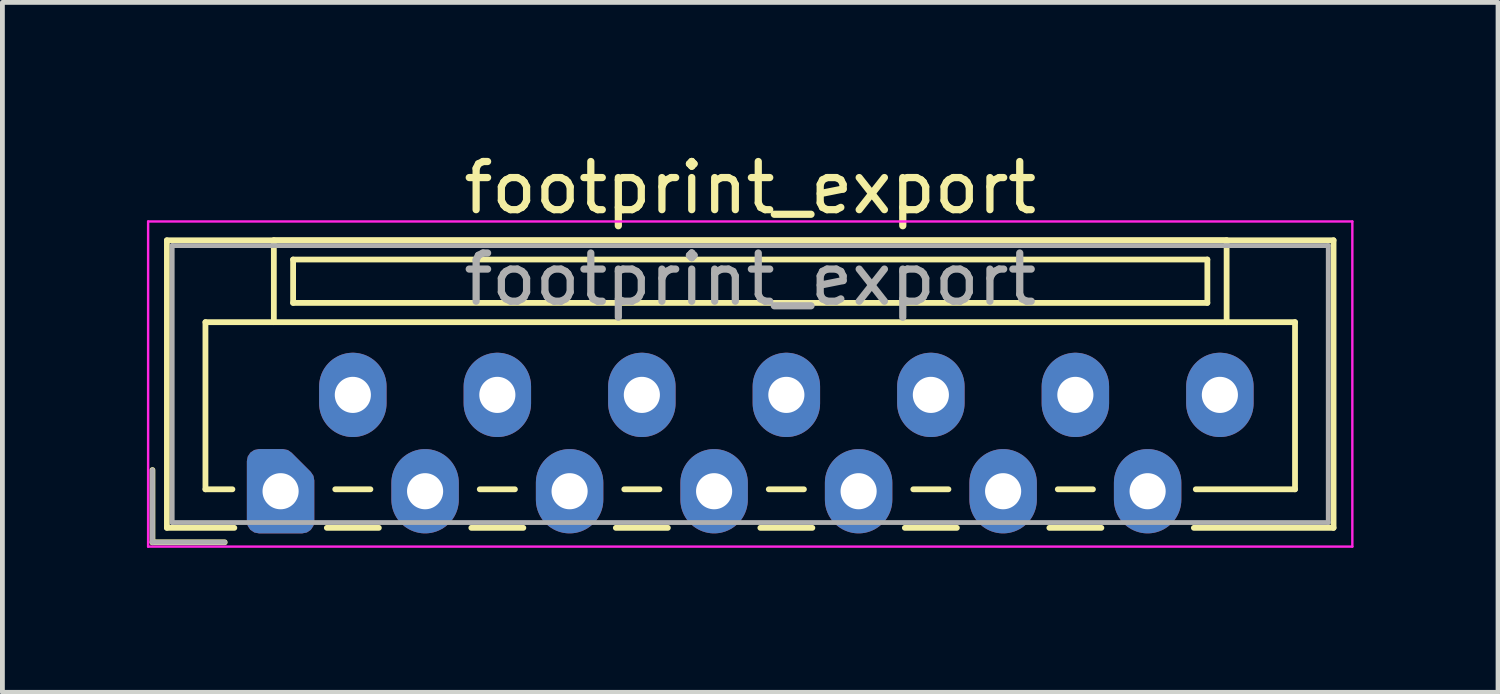
<source format=kicad_pcb>
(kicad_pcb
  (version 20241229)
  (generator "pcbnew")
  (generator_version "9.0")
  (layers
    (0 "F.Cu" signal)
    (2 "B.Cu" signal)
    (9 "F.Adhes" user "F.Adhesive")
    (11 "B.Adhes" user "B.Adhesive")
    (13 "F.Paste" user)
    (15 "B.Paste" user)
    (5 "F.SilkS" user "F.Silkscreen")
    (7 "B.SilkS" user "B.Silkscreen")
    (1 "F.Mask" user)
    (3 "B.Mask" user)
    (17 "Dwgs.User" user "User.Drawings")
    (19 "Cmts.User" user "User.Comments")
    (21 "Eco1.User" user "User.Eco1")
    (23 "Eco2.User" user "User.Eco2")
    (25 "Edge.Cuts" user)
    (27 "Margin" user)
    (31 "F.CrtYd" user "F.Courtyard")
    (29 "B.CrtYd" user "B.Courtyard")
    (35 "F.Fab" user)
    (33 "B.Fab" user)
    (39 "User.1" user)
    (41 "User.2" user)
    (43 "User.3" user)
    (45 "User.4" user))
  (footprint "footprint_export"
    (layer "F.Cu")
    (at 2.775 7.148)
    (property "Reference" "footprint_export" (at 9.75 -6.3 0) (layer "F.SilkS") (effects (font (size 1 1) (thickness 0.15))))
    (attr through_hole)
    (fp_line (start -2.66 -0.44) (end -2.66 1.06) (stroke (width 0.12) (type solid)) (layer "F.SilkS"))
    (fp_line (start -2.66 1.06) (end -1.16 1.06) (stroke (width 0.12) (type solid)) (layer "F.SilkS"))
    (fp_line (start -2.36 -5.21) (end 21.86 -5.21) (stroke (width 0.12) (type solid)) (layer "F.SilkS"))
    (fp_line (start -2.36 0.76) (end -2.36 -5.21) (stroke (width 0.12) (type solid)) (layer "F.SilkS"))
    (fp_line (start -1.56 -3.51) (end -1.56 -0.04) (stroke (width 0.12) (type solid)) (layer "F.SilkS"))
    (fp_line (start -1.56 -0.04) (end -1 -0.04) (stroke (width 0.12) (type solid)) (layer "F.SilkS"))
    (fp_line (start -0.96 0.76) (end -2.36 0.76) (stroke (width 0.12) (type solid)) (layer "F.SilkS"))
    (fp_line (start -0.14 -5.21) (end -0.14 -3.51) (stroke (width 0.12) (type solid)) (layer "F.SilkS"))
    (fp_line (start -0.14 -3.51) (end -1.56 -3.51) (stroke (width 0.12) (type solid)) (layer "F.SilkS"))
    (fp_line (start -0.14 -3.51) (end 19.64 -3.51) (stroke (width 0.12) (type solid)) (layer "F.SilkS"))
    (fp_line (start 0.26 -4.81) (end 0.26 -3.91) (stroke (width 0.12) (type solid)) (layer "F.SilkS"))
    (fp_line (start 0.26 -3.91) (end 19.24 -3.91) (stroke (width 0.12) (type solid)) (layer "F.SilkS"))
    (fp_line (start 0.96 0.76) (end 2.04 0.76) (stroke (width 0.12) (type solid)) (layer "F.SilkS"))
    (fp_line (start 1.135 -0.04) (end 1.865 -0.04) (stroke (width 0.12) (type solid)) (layer "F.SilkS"))
    (fp_line (start 3.96 0.76) (end 5.04 0.76) (stroke (width 0.12) (type solid)) (layer "F.SilkS"))
    (fp_line (start 4.135 -0.04) (end 4.865 -0.04) (stroke (width 0.12) (type solid)) (layer "F.SilkS"))
    (fp_line (start 6.96 0.76) (end 8.04 0.76) (stroke (width 0.12) (type solid)) (layer "F.SilkS"))
    (fp_line (start 7.135 -0.04) (end 7.865 -0.04) (stroke (width 0.12) (type solid)) (layer "F.SilkS"))
    (fp_line (start 9.96 0.76) (end 11.04 0.76) (stroke (width 0.12) (type solid)) (layer "F.SilkS"))
    (fp_line (start 10.135 -0.04) (end 10.865 -0.04) (stroke (width 0.12) (type solid)) (layer "F.SilkS"))
    (fp_line (start 12.96 0.76) (end 14.04 0.76) (stroke (width 0.12) (type solid)) (layer "F.SilkS"))
    (fp_line (start 13.135 -0.04) (end 13.865 -0.04) (stroke (width 0.12) (type solid)) (layer "F.SilkS"))
    (fp_line (start 15.96 0.76) (end 17.04 0.76) (stroke (width 0.12) (type solid)) (layer "F.SilkS"))
    (fp_line (start 16.135 -0.04) (end 16.865 -0.04) (stroke (width 0.12) (type solid)) (layer "F.SilkS"))
    (fp_line (start 19.24 -4.81) (end 0.26 -4.81) (stroke (width 0.12) (type solid)) (layer "F.SilkS"))
    (fp_line (start 19.24 -3.91) (end 19.24 -4.81) (stroke (width 0.12) (type solid)) (layer "F.SilkS"))
    (fp_line (start 19.64 -5.21) (end -0.14 -5.21) (stroke (width 0.12) (type solid)) (layer "F.SilkS"))
    (fp_line (start 19.64 -3.51) (end 19.64 -5.21) (stroke (width 0.12) (type solid)) (layer "F.SilkS"))
    (fp_line (start 19.64 -3.51) (end 21.06 -3.51) (stroke (width 0.12) (type solid)) (layer "F.SilkS"))
    (fp_line (start 21.06 -3.51) (end 21.06 -0.04) (stroke (width 0.12) (type solid)) (layer "F.SilkS"))
    (fp_line (start 21.06 -0.04) (end 19 -0.04) (stroke (width 0.12) (type solid)) (layer "F.SilkS"))
    (fp_line (start 21.86 -5.21) (end 21.86 0.76) (stroke (width 0.12) (type solid)) (layer "F.SilkS"))
    (fp_line (start 21.86 0.76) (end 18.96 0.76) (stroke (width 0.12) (type solid)) (layer "F.SilkS"))
    (fp_line (start -2.75 -5.6) (end -2.75 1.15) (stroke (width 0.05) (type solid)) (layer "F.CrtYd"))
    (fp_line (start -2.75 1.15) (end 22.25 1.15) (stroke (width 0.05) (type solid)) (layer "F.CrtYd"))
    (fp_line (start 22.25 -5.6) (end -2.75 -5.6) (stroke (width 0.05) (type solid)) (layer "F.CrtYd"))
    (fp_line (start 22.25 1.15) (end 22.25 -5.6) (stroke (width 0.05) (type solid)) (layer "F.CrtYd"))
    (fp_line (start -2.66 -0.44) (end -2.66 1.06) (stroke (width 0.1) (type solid)) (layer "F.Fab"))
    (fp_line (start -2.66 1.06) (end -1.16 1.06) (stroke (width 0.1) (type solid)) (layer "F.Fab"))
    (fp_line (start -2.25 -5.1) (end -2.25 0.65) (stroke (width 0.1) (type solid)) (layer "F.Fab"))
    (fp_line (start -2.25 0.65) (end 21.75 0.65) (stroke (width 0.1) (type solid)) (layer "F.Fab"))
    (fp_line (start 21.75 -5.1) (end -2.25 -5.1) (stroke (width 0.1) (type solid)) (layer "F.Fab"))
    (fp_line (start 21.75 0.65) (end 21.75 -5.1) (stroke (width 0.1) (type solid)) (layer "F.Fab"))
    (fp_text user "${REFERENCE}" (at 9.75 -4.4 0) (layer "F.Fab") (effects (font (size 1 1) (thickness 0.15))))
    (pad "1" thru_hole custom (at 0 0) (size 1.117 1.117) (drill 0.75) (layers "*.Cu" "*.Mask") (options (anchor circle)) (primitives (gr_poly (pts (xy 0.45 -0.225) (xy 0.45 0.625) (xy -0.45 0.625) (xy -0.45 -0.625) (xy 0.05 -0.625)) (width 0.5) (fill yes))))
    (pad "2" thru_hole oval (at 1.5 -2) (size 1.4 1.75) (drill 0.75) (layers "*.Cu" "*.Mask"))
    (pad "3" thru_hole oval (at 3 0) (size 1.4 1.75) (drill 0.75) (layers "*.Cu" "*.Mask"))
    (pad "4" thru_hole oval (at 4.5 -2) (size 1.4 1.75) (drill 0.75) (layers "*.Cu" "*.Mask"))
    (pad "5" thru_hole oval (at 6 0) (size 1.4 1.75) (drill 0.75) (layers "*.Cu" "*.Mask"))
    (pad "6" thru_hole oval (at 7.5 -2) (size 1.4 1.75) (drill 0.75) (layers "*.Cu" "*.Mask"))
    (pad "7" thru_hole oval (at 9 0) (size 1.4 1.75) (drill 0.75) (layers "*.Cu" "*.Mask"))
    (pad "8" thru_hole oval (at 10.5 -2) (size 1.4 1.75) (drill 0.75) (layers "*.Cu" "*.Mask"))
    (pad "9" thru_hole oval (at 12 0) (size 1.4 1.75) (drill 0.75) (layers "*.Cu" "*.Mask"))
    (pad "10" thru_hole oval (at 13.5 -2) (size 1.4 1.75) (drill 0.75) (layers "*.Cu" "*.Mask"))
    (pad "11" thru_hole oval (at 15 0) (size 1.4 1.75) (drill 0.75) (layers "*.Cu" "*.Mask"))
    (pad "12" thru_hole oval (at 16.5 -2) (size 1.4 1.75) (drill 0.75) (layers "*.Cu" "*.Mask"))
    (pad "13" thru_hole oval (at 18 0) (size 1.4 1.75) (drill 0.75) (layers "*.Cu" "*.Mask"))
    (pad "14" thru_hole oval (at 19.5 -2) (size 1.4 1.75) (drill 0.75) (layers "*.Cu" "*.Mask")))
  (gr_rect
    (start -3 -3)
    (end 28.05 11.323)
    (stroke (width 0.1) (type default))
    (fill no)
    (layer "Edge.Cuts")))
</source>
